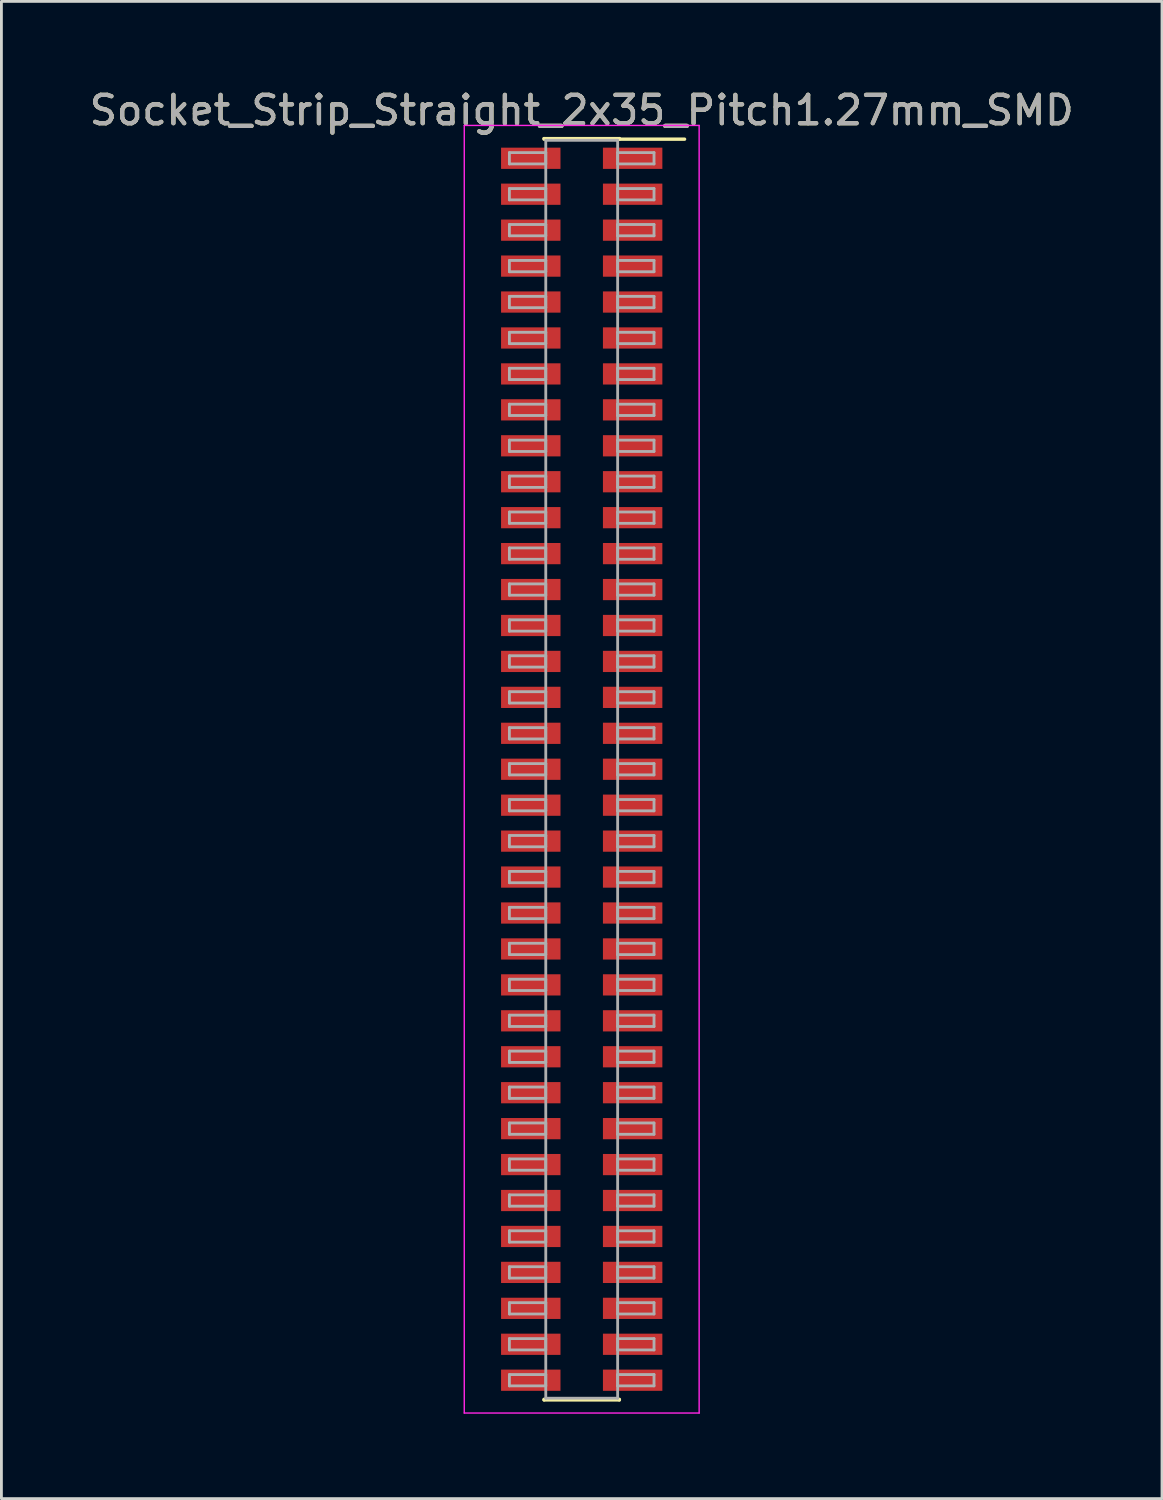
<source format=kicad_pcb>
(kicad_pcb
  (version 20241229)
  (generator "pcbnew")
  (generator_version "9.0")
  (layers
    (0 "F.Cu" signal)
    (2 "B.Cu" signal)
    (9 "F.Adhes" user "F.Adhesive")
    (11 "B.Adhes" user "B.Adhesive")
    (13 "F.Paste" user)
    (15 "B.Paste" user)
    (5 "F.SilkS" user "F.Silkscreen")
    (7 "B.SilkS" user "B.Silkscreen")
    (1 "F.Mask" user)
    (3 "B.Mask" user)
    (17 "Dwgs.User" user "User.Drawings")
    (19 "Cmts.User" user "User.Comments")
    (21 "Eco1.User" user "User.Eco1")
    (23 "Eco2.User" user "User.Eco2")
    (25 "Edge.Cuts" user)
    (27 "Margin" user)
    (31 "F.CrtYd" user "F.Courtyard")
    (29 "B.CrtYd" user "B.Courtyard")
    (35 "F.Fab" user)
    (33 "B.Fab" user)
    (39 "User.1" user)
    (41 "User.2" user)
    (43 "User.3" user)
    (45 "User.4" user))
  (footprint "Socket_Strip_Straight_2x35_Pitch1.27mm_SMD"
    (layer "F.Cu")
    (at 17.506 24.133)
    (property "Reference" "Socket_Strip_Straight_2x35_Pitch1.27mm_SMD" (at 0 -23.285 0) (layer "F.SilkS") (effects (font (size 1 1) (thickness 0.15))))
    (attr smd)
    (fp_line (start -1.33 -22.285) (end 1.33 -22.285) (stroke (width 0.12) (type solid)) (layer "F.SilkS"))
    (fp_line (start -1.33 -22.265) (end -1.33 -22.285) (stroke (width 0.12) (type solid)) (layer "F.SilkS"))
    (fp_line (start -1.33 22.265) (end -1.33 22.285) (stroke (width 0.12) (type solid)) (layer "F.SilkS"))
    (fp_line (start -1.33 22.285) (end 1.33 22.285) (stroke (width 0.12) (type solid)) (layer "F.SilkS"))
    (fp_line (start 1.33 -22.285) (end 1.33 -22.265) (stroke (width 0.12) (type solid)) (layer "F.SilkS"))
    (fp_line (start 1.33 22.285) (end 1.33 22.265) (stroke (width 0.12) (type solid)) (layer "F.SilkS"))
    (fp_line (start 3.635 -22.265) (end 1.33 -22.265) (stroke (width 0.12) (type solid)) (layer "F.SilkS"))
    (fp_line (start -4.15 -22.75) (end -4.15 22.75) (stroke (width 0.05) (type solid)) (layer "F.CrtYd"))
    (fp_line (start -4.15 22.75) (end 4.15 22.75) (stroke (width 0.05) (type solid)) (layer "F.CrtYd"))
    (fp_line (start 4.15 -22.75) (end -4.15 -22.75) (stroke (width 0.05) (type solid)) (layer "F.CrtYd"))
    (fp_line (start 4.15 22.75) (end 4.15 -22.75) (stroke (width 0.05) (type solid)) (layer "F.CrtYd"))
    (fp_line (start -2.555 -21.79) (end -1.27 -21.79) (stroke (width 0.1) (type solid)) (layer "F.Fab"))
    (fp_line (start -2.555 -21.39) (end -2.555 -21.79) (stroke (width 0.1) (type solid)) (layer "F.Fab"))
    (fp_line (start -2.555 -20.52) (end -1.27 -20.52) (stroke (width 0.1) (type solid)) (layer "F.Fab"))
    (fp_line (start -2.555 -20.12) (end -2.555 -20.52) (stroke (width 0.1) (type solid)) (layer "F.Fab"))
    (fp_line (start -2.555 -19.25) (end -1.27 -19.25) (stroke (width 0.1) (type solid)) (layer "F.Fab"))
    (fp_line (start -2.555 -18.85) (end -2.555 -19.25) (stroke (width 0.1) (type solid)) (layer "F.Fab"))
    (fp_line (start -2.555 -17.98) (end -1.27 -17.98) (stroke (width 0.1) (type solid)) (layer "F.Fab"))
    (fp_line (start -2.555 -17.58) (end -2.555 -17.98) (stroke (width 0.1) (type solid)) (layer "F.Fab"))
    (fp_line (start -2.555 -16.71) (end -1.27 -16.71) (stroke (width 0.1) (type solid)) (layer "F.Fab"))
    (fp_line (start -2.555 -16.31) (end -2.555 -16.71) (stroke (width 0.1) (type solid)) (layer "F.Fab"))
    (fp_line (start -2.555 -15.44) (end -1.27 -15.44) (stroke (width 0.1) (type solid)) (layer "F.Fab"))
    (fp_line (start -2.555 -15.04) (end -2.555 -15.44) (stroke (width 0.1) (type solid)) (layer "F.Fab"))
    (fp_line (start -2.555 -14.17) (end -1.27 -14.17) (stroke (width 0.1) (type solid)) (layer "F.Fab"))
    (fp_line (start -2.555 -13.77) (end -2.555 -14.17) (stroke (width 0.1) (type solid)) (layer "F.Fab"))
    (fp_line (start -2.555 -12.9) (end -1.27 -12.9) (stroke (width 0.1) (type solid)) (layer "F.Fab"))
    (fp_line (start -2.555 -12.5) (end -2.555 -12.9) (stroke (width 0.1) (type solid)) (layer "F.Fab"))
    (fp_line (start -2.555 -11.63) (end -1.27 -11.63) (stroke (width 0.1) (type solid)) (layer "F.Fab"))
    (fp_line (start -2.555 -11.23) (end -2.555 -11.63) (stroke (width 0.1) (type solid)) (layer "F.Fab"))
    (fp_line (start -2.555 -10.36) (end -1.27 -10.36) (stroke (width 0.1) (type solid)) (layer "F.Fab"))
    (fp_line (start -2.555 -9.96) (end -2.555 -10.36) (stroke (width 0.1) (type solid)) (layer "F.Fab"))
    (fp_line (start -2.555 -9.09) (end -1.27 -9.09) (stroke (width 0.1) (type solid)) (layer "F.Fab"))
    (fp_line (start -2.555 -8.69) (end -2.555 -9.09) (stroke (width 0.1) (type solid)) (layer "F.Fab"))
    (fp_line (start -2.555 -7.82) (end -1.27 -7.82) (stroke (width 0.1) (type solid)) (layer "F.Fab"))
    (fp_line (start -2.555 -7.42) (end -2.555 -7.82) (stroke (width 0.1) (type solid)) (layer "F.Fab"))
    (fp_line (start -2.555 -6.55) (end -1.27 -6.55) (stroke (width 0.1) (type solid)) (layer "F.Fab"))
    (fp_line (start -2.555 -6.15) (end -2.555 -6.55) (stroke (width 0.1) (type solid)) (layer "F.Fab"))
    (fp_line (start -2.555 -5.28) (end -1.27 -5.28) (stroke (width 0.1) (type solid)) (layer "F.Fab"))
    (fp_line (start -2.555 -4.88) (end -2.555 -5.28) (stroke (width 0.1) (type solid)) (layer "F.Fab"))
    (fp_line (start -2.555 -4.01) (end -1.27 -4.01) (stroke (width 0.1) (type solid)) (layer "F.Fab"))
    (fp_line (start -2.555 -3.61) (end -2.555 -4.01) (stroke (width 0.1) (type solid)) (layer "F.Fab"))
    (fp_line (start -2.555 -2.74) (end -1.27 -2.74) (stroke (width 0.1) (type solid)) (layer "F.Fab"))
    (fp_line (start -2.555 -2.34) (end -2.555 -2.74) (stroke (width 0.1) (type solid)) (layer "F.Fab"))
    (fp_line (start -2.555 -1.47) (end -1.27 -1.47) (stroke (width 0.1) (type solid)) (layer "F.Fab"))
    (fp_line (start -2.555 -1.07) (end -2.555 -1.47) (stroke (width 0.1) (type solid)) (layer "F.Fab"))
    (fp_line (start -2.555 -0.2) (end -1.27 -0.2) (stroke (width 0.1) (type solid)) (layer "F.Fab"))
    (fp_line (start -2.555 0.2) (end -2.555 -0.2) (stroke (width 0.1) (type solid)) (layer "F.Fab"))
    (fp_line (start -2.555 1.07) (end -1.27 1.07) (stroke (width 0.1) (type solid)) (layer "F.Fab"))
    (fp_line (start -2.555 1.47) (end -2.555 1.07) (stroke (width 0.1) (type solid)) (layer "F.Fab"))
    (fp_line (start -2.555 2.34) (end -1.27 2.34) (stroke (width 0.1) (type solid)) (layer "F.Fab"))
    (fp_line (start -2.555 2.74) (end -2.555 2.34) (stroke (width 0.1) (type solid)) (layer "F.Fab"))
    (fp_line (start -2.555 3.61) (end -1.27 3.61) (stroke (width 0.1) (type solid)) (layer "F.Fab"))
    (fp_line (start -2.555 4.01) (end -2.555 3.61) (stroke (width 0.1) (type solid)) (layer "F.Fab"))
    (fp_line (start -2.555 4.88) (end -1.27 4.88) (stroke (width 0.1) (type solid)) (layer "F.Fab"))
    (fp_line (start -2.555 5.28) (end -2.555 4.88) (stroke (width 0.1) (type solid)) (layer "F.Fab"))
    (fp_line (start -2.555 6.15) (end -1.27 6.15) (stroke (width 0.1) (type solid)) (layer "F.Fab"))
    (fp_line (start -2.555 6.55) (end -2.555 6.15) (stroke (width 0.1) (type solid)) (layer "F.Fab"))
    (fp_line (start -2.555 7.42) (end -1.27 7.42) (stroke (width 0.1) (type solid)) (layer "F.Fab"))
    (fp_line (start -2.555 7.82) (end -2.555 7.42) (stroke (width 0.1) (type solid)) (layer "F.Fab"))
    (fp_line (start -2.555 8.69) (end -1.27 8.69) (stroke (width 0.1) (type solid)) (layer "F.Fab"))
    (fp_line (start -2.555 9.09) (end -2.555 8.69) (stroke (width 0.1) (type solid)) (layer "F.Fab"))
    (fp_line (start -2.555 9.96) (end -1.27 9.96) (stroke (width 0.1) (type solid)) (layer "F.Fab"))
    (fp_line (start -2.555 10.36) (end -2.555 9.96) (stroke (width 0.1) (type solid)) (layer "F.Fab"))
    (fp_line (start -2.555 11.23) (end -1.27 11.23) (stroke (width 0.1) (type solid)) (layer "F.Fab"))
    (fp_line (start -2.555 11.63) (end -2.555 11.23) (stroke (width 0.1) (type solid)) (layer "F.Fab"))
    (fp_line (start -2.555 12.5) (end -1.27 12.5) (stroke (width 0.1) (type solid)) (layer "F.Fab"))
    (fp_line (start -2.555 12.9) (end -2.555 12.5) (stroke (width 0.1) (type solid)) (layer "F.Fab"))
    (fp_line (start -2.555 13.77) (end -1.27 13.77) (stroke (width 0.1) (type solid)) (layer "F.Fab"))
    (fp_line (start -2.555 14.17) (end -2.555 13.77) (stroke (width 0.1) (type solid)) (layer "F.Fab"))
    (fp_line (start -2.555 15.04) (end -1.27 15.04) (stroke (width 0.1) (type solid)) (layer "F.Fab"))
    (fp_line (start -2.555 15.44) (end -2.555 15.04) (stroke (width 0.1) (type solid)) (layer "F.Fab"))
    (fp_line (start -2.555 16.31) (end -1.27 16.31) (stroke (width 0.1) (type solid)) (layer "F.Fab"))
    (fp_line (start -2.555 16.71) (end -2.555 16.31) (stroke (width 0.1) (type solid)) (layer "F.Fab"))
    (fp_line (start -2.555 17.58) (end -1.27 17.58) (stroke (width 0.1) (type solid)) (layer "F.Fab"))
    (fp_line (start -2.555 17.98) (end -2.555 17.58) (stroke (width 0.1) (type solid)) (layer "F.Fab"))
    (fp_line (start -2.555 18.85) (end -1.27 18.85) (stroke (width 0.1) (type solid)) (layer "F.Fab"))
    (fp_line (start -2.555 19.25) (end -2.555 18.85) (stroke (width 0.1) (type solid)) (layer "F.Fab"))
    (fp_line (start -2.555 20.12) (end -1.27 20.12) (stroke (width 0.1) (type solid)) (layer "F.Fab"))
    (fp_line (start -2.555 20.52) (end -2.555 20.12) (stroke (width 0.1) (type solid)) (layer "F.Fab"))
    (fp_line (start -2.555 21.39) (end -1.27 21.39) (stroke (width 0.1) (type solid)) (layer "F.Fab"))
    (fp_line (start -2.555 21.79) (end -2.555 21.39) (stroke (width 0.1) (type solid)) (layer "F.Fab"))
    (fp_line (start -1.27 -22.225) (end -1.27 22.225) (stroke (width 0.1) (type solid)) (layer "F.Fab"))
    (fp_line (start -1.27 -21.79) (end -1.27 -21.39) (stroke (width 0.1) (type solid)) (layer "F.Fab"))
    (fp_line (start -1.27 -21.39) (end -2.555 -21.39) (stroke (width 0.1) (type solid)) (layer "F.Fab"))
    (fp_line (start -1.27 -20.52) (end -1.27 -20.12) (stroke (width 0.1) (type solid)) (layer "F.Fab"))
    (fp_line (start -1.27 -20.12) (end -2.555 -20.12) (stroke (width 0.1) (type solid)) (layer "F.Fab"))
    (fp_line (start -1.27 -19.25) (end -1.27 -18.85) (stroke (width 0.1) (type solid)) (layer "F.Fab"))
    (fp_line (start -1.27 -18.85) (end -2.555 -18.85) (stroke (width 0.1) (type solid)) (layer "F.Fab"))
    (fp_line (start -1.27 -17.98) (end -1.27 -17.58) (stroke (width 0.1) (type solid)) (layer "F.Fab"))
    (fp_line (start -1.27 -17.58) (end -2.555 -17.58) (stroke (width 0.1) (type solid)) (layer "F.Fab"))
    (fp_line (start -1.27 -16.71) (end -1.27 -16.31) (stroke (width 0.1) (type solid)) (layer "F.Fab"))
    (fp_line (start -1.27 -16.31) (end -2.555 -16.31) (stroke (width 0.1) (type solid)) (layer "F.Fab"))
    (fp_line (start -1.27 -15.44) (end -1.27 -15.04) (stroke (width 0.1) (type solid)) (layer "F.Fab"))
    (fp_line (start -1.27 -15.04) (end -2.555 -15.04) (stroke (width 0.1) (type solid)) (layer "F.Fab"))
    (fp_line (start -1.27 -14.17) (end -1.27 -13.77) (stroke (width 0.1) (type solid)) (layer "F.Fab"))
    (fp_line (start -1.27 -13.77) (end -2.555 -13.77) (stroke (width 0.1) (type solid)) (layer "F.Fab"))
    (fp_line (start -1.27 -12.9) (end -1.27 -12.5) (stroke (width 0.1) (type solid)) (layer "F.Fab"))
    (fp_line (start -1.27 -12.5) (end -2.555 -12.5) (stroke (width 0.1) (type solid)) (layer "F.Fab"))
    (fp_line (start -1.27 -11.63) (end -1.27 -11.23) (stroke (width 0.1) (type solid)) (layer "F.Fab"))
    (fp_line (start -1.27 -11.23) (end -2.555 -11.23) (stroke (width 0.1) (type solid)) (layer "F.Fab"))
    (fp_line (start -1.27 -10.36) (end -1.27 -9.96) (stroke (width 0.1) (type solid)) (layer "F.Fab"))
    (fp_line (start -1.27 -9.96) (end -2.555 -9.96) (stroke (width 0.1) (type solid)) (layer "F.Fab"))
    (fp_line (start -1.27 -9.09) (end -1.27 -8.69) (stroke (width 0.1) (type solid)) (layer "F.Fab"))
    (fp_line (start -1.27 -8.69) (end -2.555 -8.69) (stroke (width 0.1) (type solid)) (layer "F.Fab"))
    (fp_line (start -1.27 -7.82) (end -1.27 -7.42) (stroke (width 0.1) (type solid)) (layer "F.Fab"))
    (fp_line (start -1.27 -7.42) (end -2.555 -7.42) (stroke (width 0.1) (type solid)) (layer "F.Fab"))
    (fp_line (start -1.27 -6.55) (end -1.27 -6.15) (stroke (width 0.1) (type solid)) (layer "F.Fab"))
    (fp_line (start -1.27 -6.15) (end -2.555 -6.15) (stroke (width 0.1) (type solid)) (layer "F.Fab"))
    (fp_line (start -1.27 -5.28) (end -1.27 -4.88) (stroke (width 0.1) (type solid)) (layer "F.Fab"))
    (fp_line (start -1.27 -4.88) (end -2.555 -4.88) (stroke (width 0.1) (type solid)) (layer "F.Fab"))
    (fp_line (start -1.27 -4.01) (end -1.27 -3.61) (stroke (width 0.1) (type solid)) (layer "F.Fab"))
    (fp_line (start -1.27 -3.61) (end -2.555 -3.61) (stroke (width 0.1) (type solid)) (layer "F.Fab"))
    (fp_line (start -1.27 -2.74) (end -1.27 -2.34) (stroke (width 0.1) (type solid)) (layer "F.Fab"))
    (fp_line (start -1.27 -2.34) (end -2.555 -2.34) (stroke (width 0.1) (type solid)) (layer "F.Fab"))
    (fp_line (start -1.27 -1.47) (end -1.27 -1.07) (stroke (width 0.1) (type solid)) (layer "F.Fab"))
    (fp_line (start -1.27 -1.07) (end -2.555 -1.07) (stroke (width 0.1) (type solid)) (layer "F.Fab"))
    (fp_line (start -1.27 -0.2) (end -1.27 0.2) (stroke (width 0.1) (type solid)) (layer "F.Fab"))
    (fp_line (start -1.27 0.2) (end -2.555 0.2) (stroke (width 0.1) (type solid)) (layer "F.Fab"))
    (fp_line (start -1.27 1.07) (end -1.27 1.47) (stroke (width 0.1) (type solid)) (layer "F.Fab"))
    (fp_line (start -1.27 1.47) (end -2.555 1.47) (stroke (width 0.1) (type solid)) (layer "F.Fab"))
    (fp_line (start -1.27 2.34) (end -1.27 2.74) (stroke (width 0.1) (type solid)) (layer "F.Fab"))
    (fp_line (start -1.27 2.74) (end -2.555 2.74) (stroke (width 0.1) (type solid)) (layer "F.Fab"))
    (fp_line (start -1.27 3.61) (end -1.27 4.01) (stroke (width 0.1) (type solid)) (layer "F.Fab"))
    (fp_line (start -1.27 4.01) (end -2.555 4.01) (stroke (width 0.1) (type solid)) (layer "F.Fab"))
    (fp_line (start -1.27 4.88) (end -1.27 5.28) (stroke (width 0.1) (type solid)) (layer "F.Fab"))
    (fp_line (start -1.27 5.28) (end -2.555 5.28) (stroke (width 0.1) (type solid)) (layer "F.Fab"))
    (fp_line (start -1.27 6.15) (end -1.27 6.55) (stroke (width 0.1) (type solid)) (layer "F.Fab"))
    (fp_line (start -1.27 6.55) (end -2.555 6.55) (stroke (width 0.1) (type solid)) (layer "F.Fab"))
    (fp_line (start -1.27 7.42) (end -1.27 7.82) (stroke (width 0.1) (type solid)) (layer "F.Fab"))
    (fp_line (start -1.27 7.82) (end -2.555 7.82) (stroke (width 0.1) (type solid)) (layer "F.Fab"))
    (fp_line (start -1.27 8.69) (end -1.27 9.09) (stroke (width 0.1) (type solid)) (layer "F.Fab"))
    (fp_line (start -1.27 9.09) (end -2.555 9.09) (stroke (width 0.1) (type solid)) (layer "F.Fab"))
    (fp_line (start -1.27 9.96) (end -1.27 10.36) (stroke (width 0.1) (type solid)) (layer "F.Fab"))
    (fp_line (start -1.27 10.36) (end -2.555 10.36) (stroke (width 0.1) (type solid)) (layer "F.Fab"))
    (fp_line (start -1.27 11.23) (end -1.27 11.63) (stroke (width 0.1) (type solid)) (layer "F.Fab"))
    (fp_line (start -1.27 11.63) (end -2.555 11.63) (stroke (width 0.1) (type solid)) (layer "F.Fab"))
    (fp_line (start -1.27 12.5) (end -1.27 12.9) (stroke (width 0.1) (type solid)) (layer "F.Fab"))
    (fp_line (start -1.27 12.9) (end -2.555 12.9) (stroke (width 0.1) (type solid)) (layer "F.Fab"))
    (fp_line (start -1.27 13.77) (end -1.27 14.17) (stroke (width 0.1) (type solid)) (layer "F.Fab"))
    (fp_line (start -1.27 14.17) (end -2.555 14.17) (stroke (width 0.1) (type solid)) (layer "F.Fab"))
    (fp_line (start -1.27 15.04) (end -1.27 15.44) (stroke (width 0.1) (type solid)) (layer "F.Fab"))
    (fp_line (start -1.27 15.44) (end -2.555 15.44) (stroke (width 0.1) (type solid)) (layer "F.Fab"))
    (fp_line (start -1.27 16.31) (end -1.27 16.71) (stroke (width 0.1) (type solid)) (layer "F.Fab"))
    (fp_line (start -1.27 16.71) (end -2.555 16.71) (stroke (width 0.1) (type solid)) (layer "F.Fab"))
    (fp_line (start -1.27 17.58) (end -1.27 17.98) (stroke (width 0.1) (type solid)) (layer "F.Fab"))
    (fp_line (start -1.27 17.98) (end -2.555 17.98) (stroke (width 0.1) (type solid)) (layer "F.Fab"))
    (fp_line (start -1.27 18.85) (end -1.27 19.25) (stroke (width 0.1) (type solid)) (layer "F.Fab"))
    (fp_line (start -1.27 19.25) (end -2.555 19.25) (stroke (width 0.1) (type solid)) (layer "F.Fab"))
    (fp_line (start -1.27 20.12) (end -1.27 20.52) (stroke (width 0.1) (type solid)) (layer "F.Fab"))
    (fp_line (start -1.27 20.52) (end -2.555 20.52) (stroke (width 0.1) (type solid)) (layer "F.Fab"))
    (fp_line (start -1.27 21.39) (end -1.27 21.79) (stroke (width 0.1) (type solid)) (layer "F.Fab"))
    (fp_line (start -1.27 21.79) (end -2.555 21.79) (stroke (width 0.1) (type solid)) (layer "F.Fab"))
    (fp_line (start -1.27 22.225) (end 1.27 22.225) (stroke (width 0.1) (type solid)) (layer "F.Fab"))
    (fp_line (start 1.27 -22.225) (end -1.27 -22.225) (stroke (width 0.1) (type solid)) (layer "F.Fab"))
    (fp_line (start 1.27 -21.79) (end 1.27 -21.39) (stroke (width 0.1) (type solid)) (layer "F.Fab"))
    (fp_line (start 1.27 -21.39) (end 2.555 -21.39) (stroke (width 0.1) (type solid)) (layer "F.Fab"))
    (fp_line (start 1.27 -20.52) (end 1.27 -20.12) (stroke (width 0.1) (type solid)) (layer "F.Fab"))
    (fp_line (start 1.27 -20.12) (end 2.555 -20.12) (stroke (width 0.1) (type solid)) (layer "F.Fab"))
    (fp_line (start 1.27 -19.25) (end 1.27 -18.85) (stroke (width 0.1) (type solid)) (layer "F.Fab"))
    (fp_line (start 1.27 -18.85) (end 2.555 -18.85) (stroke (width 0.1) (type solid)) (layer "F.Fab"))
    (fp_line (start 1.27 -17.98) (end 1.27 -17.58) (stroke (width 0.1) (type solid)) (layer "F.Fab"))
    (fp_line (start 1.27 -17.58) (end 2.555 -17.58) (stroke (width 0.1) (type solid)) (layer "F.Fab"))
    (fp_line (start 1.27 -16.71) (end 1.27 -16.31) (stroke (width 0.1) (type solid)) (layer "F.Fab"))
    (fp_line (start 1.27 -16.31) (end 2.555 -16.31) (stroke (width 0.1) (type solid)) (layer "F.Fab"))
    (fp_line (start 1.27 -15.44) (end 1.27 -15.04) (stroke (width 0.1) (type solid)) (layer "F.Fab"))
    (fp_line (start 1.27 -15.04) (end 2.555 -15.04) (stroke (width 0.1) (type solid)) (layer "F.Fab"))
    (fp_line (start 1.27 -14.17) (end 1.27 -13.77) (stroke (width 0.1) (type solid)) (layer "F.Fab"))
    (fp_line (start 1.27 -13.77) (end 2.555 -13.77) (stroke (width 0.1) (type solid)) (layer "F.Fab"))
    (fp_line (start 1.27 -12.9) (end 1.27 -12.5) (stroke (width 0.1) (type solid)) (layer "F.Fab"))
    (fp_line (start 1.27 -12.5) (end 2.555 -12.5) (stroke (width 0.1) (type solid)) (layer "F.Fab"))
    (fp_line (start 1.27 -11.63) (end 1.27 -11.23) (stroke (width 0.1) (type solid)) (layer "F.Fab"))
    (fp_line (start 1.27 -11.23) (end 2.555 -11.23) (stroke (width 0.1) (type solid)) (layer "F.Fab"))
    (fp_line (start 1.27 -10.36) (end 1.27 -9.96) (stroke (width 0.1) (type solid)) (layer "F.Fab"))
    (fp_line (start 1.27 -9.96) (end 2.555 -9.96) (stroke (width 0.1) (type solid)) (layer "F.Fab"))
    (fp_line (start 1.27 -9.09) (end 1.27 -8.69) (stroke (width 0.1) (type solid)) (layer "F.Fab"))
    (fp_line (start 1.27 -8.69) (end 2.555 -8.69) (stroke (width 0.1) (type solid)) (layer "F.Fab"))
    (fp_line (start 1.27 -7.82) (end 1.27 -7.42) (stroke (width 0.1) (type solid)) (layer "F.Fab"))
    (fp_line (start 1.27 -7.42) (end 2.555 -7.42) (stroke (width 0.1) (type solid)) (layer "F.Fab"))
    (fp_line (start 1.27 -6.55) (end 1.27 -6.15) (stroke (width 0.1) (type solid)) (layer "F.Fab"))
    (fp_line (start 1.27 -6.15) (end 2.555 -6.15) (stroke (width 0.1) (type solid)) (layer "F.Fab"))
    (fp_line (start 1.27 -5.28) (end 1.27 -4.88) (stroke (width 0.1) (type solid)) (layer "F.Fab"))
    (fp_line (start 1.27 -4.88) (end 2.555 -4.88) (stroke (width 0.1) (type solid)) (layer "F.Fab"))
    (fp_line (start 1.27 -4.01) (end 1.27 -3.61) (stroke (width 0.1) (type solid)) (layer "F.Fab"))
    (fp_line (start 1.27 -3.61) (end 2.555 -3.61) (stroke (width 0.1) (type solid)) (layer "F.Fab"))
    (fp_line (start 1.27 -2.74) (end 1.27 -2.34) (stroke (width 0.1) (type solid)) (layer "F.Fab"))
    (fp_line (start 1.27 -2.34) (end 2.555 -2.34) (stroke (width 0.1) (type solid)) (layer "F.Fab"))
    (fp_line (start 1.27 -1.47) (end 1.27 -1.07) (stroke (width 0.1) (type solid)) (layer "F.Fab"))
    (fp_line (start 1.27 -1.07) (end 2.555 -1.07) (stroke (width 0.1) (type solid)) (layer "F.Fab"))
    (fp_line (start 1.27 -0.2) (end 1.27 0.2) (stroke (width 0.1) (type solid)) (layer "F.Fab"))
    (fp_line (start 1.27 0.2) (end 2.555 0.2) (stroke (width 0.1) (type solid)) (layer "F.Fab"))
    (fp_line (start 1.27 1.07) (end 1.27 1.47) (stroke (width 0.1) (type solid)) (layer "F.Fab"))
    (fp_line (start 1.27 1.47) (end 2.555 1.47) (stroke (width 0.1) (type solid)) (layer "F.Fab"))
    (fp_line (start 1.27 2.34) (end 1.27 2.74) (stroke (width 0.1) (type solid)) (layer "F.Fab"))
    (fp_line (start 1.27 2.74) (end 2.555 2.74) (stroke (width 0.1) (type solid)) (layer "F.Fab"))
    (fp_line (start 1.27 3.61) (end 1.27 4.01) (stroke (width 0.1) (type solid)) (layer "F.Fab"))
    (fp_line (start 1.27 4.01) (end 2.555 4.01) (stroke (width 0.1) (type solid)) (layer "F.Fab"))
    (fp_line (start 1.27 4.88) (end 1.27 5.28) (stroke (width 0.1) (type solid)) (layer "F.Fab"))
    (fp_line (start 1.27 5.28) (end 2.555 5.28) (stroke (width 0.1) (type solid)) (layer "F.Fab"))
    (fp_line (start 1.27 6.15) (end 1.27 6.55) (stroke (width 0.1) (type solid)) (layer "F.Fab"))
    (fp_line (start 1.27 6.55) (end 2.555 6.55) (stroke (width 0.1) (type solid)) (layer "F.Fab"))
    (fp_line (start 1.27 7.42) (end 1.27 7.82) (stroke (width 0.1) (type solid)) (layer "F.Fab"))
    (fp_line (start 1.27 7.82) (end 2.555 7.82) (stroke (width 0.1) (type solid)) (layer "F.Fab"))
    (fp_line (start 1.27 8.69) (end 1.27 9.09) (stroke (width 0.1) (type solid)) (layer "F.Fab"))
    (fp_line (start 1.27 9.09) (end 2.555 9.09) (stroke (width 0.1) (type solid)) (layer "F.Fab"))
    (fp_line (start 1.27 9.96) (end 1.27 10.36) (stroke (width 0.1) (type solid)) (layer "F.Fab"))
    (fp_line (start 1.27 10.36) (end 2.555 10.36) (stroke (width 0.1) (type solid)) (layer "F.Fab"))
    (fp_line (start 1.27 11.23) (end 1.27 11.63) (stroke (width 0.1) (type solid)) (layer "F.Fab"))
    (fp_line (start 1.27 11.63) (end 2.555 11.63) (stroke (width 0.1) (type solid)) (layer "F.Fab"))
    (fp_line (start 1.27 12.5) (end 1.27 12.9) (stroke (width 0.1) (type solid)) (layer "F.Fab"))
    (fp_line (start 1.27 12.9) (end 2.555 12.9) (stroke (width 0.1) (type solid)) (layer "F.Fab"))
    (fp_line (start 1.27 13.77) (end 1.27 14.17) (stroke (width 0.1) (type solid)) (layer "F.Fab"))
    (fp_line (start 1.27 14.17) (end 2.555 14.17) (stroke (width 0.1) (type solid)) (layer "F.Fab"))
    (fp_line (start 1.27 15.04) (end 1.27 15.44) (stroke (width 0.1) (type solid)) (layer "F.Fab"))
    (fp_line (start 1.27 15.44) (end 2.555 15.44) (stroke (width 0.1) (type solid)) (layer "F.Fab"))
    (fp_line (start 1.27 16.31) (end 1.27 16.71) (stroke (width 0.1) (type solid)) (layer "F.Fab"))
    (fp_line (start 1.27 16.71) (end 2.555 16.71) (stroke (width 0.1) (type solid)) (layer "F.Fab"))
    (fp_line (start 1.27 17.58) (end 1.27 17.98) (stroke (width 0.1) (type solid)) (layer "F.Fab"))
    (fp_line (start 1.27 17.98) (end 2.555 17.98) (stroke (width 0.1) (type solid)) (layer "F.Fab"))
    (fp_line (start 1.27 18.85) (end 1.27 19.25) (stroke (width 0.1) (type solid)) (layer "F.Fab"))
    (fp_line (start 1.27 19.25) (end 2.555 19.25) (stroke (width 0.1) (type solid)) (layer "F.Fab"))
    (fp_line (start 1.27 20.12) (end 1.27 20.52) (stroke (width 0.1) (type solid)) (layer "F.Fab"))
    (fp_line (start 1.27 20.52) (end 2.555 20.52) (stroke (width 0.1) (type solid)) (layer "F.Fab"))
    (fp_line (start 1.27 21.39) (end 1.27 21.79) (stroke (width 0.1) (type solid)) (layer "F.Fab"))
    (fp_line (start 1.27 21.79) (end 2.555 21.79) (stroke (width 0.1) (type solid)) (layer "F.Fab"))
    (fp_line (start 1.27 22.225) (end 1.27 -22.225) (stroke (width 0.1) (type solid)) (layer "F.Fab"))
    (fp_line (start 2.555 -21.79) (end 1.27 -21.79) (stroke (width 0.1) (type solid)) (layer "F.Fab"))
    (fp_line (start 2.555 -21.39) (end 2.555 -21.79) (stroke (width 0.1) (type solid)) (layer "F.Fab"))
    (fp_line (start 2.555 -20.52) (end 1.27 -20.52) (stroke (width 0.1) (type solid)) (layer "F.Fab"))
    (fp_line (start 2.555 -20.12) (end 2.555 -20.52) (stroke (width 0.1) (type solid)) (layer "F.Fab"))
    (fp_line (start 2.555 -19.25) (end 1.27 -19.25) (stroke (width 0.1) (type solid)) (layer "F.Fab"))
    (fp_line (start 2.555 -18.85) (end 2.555 -19.25) (stroke (width 0.1) (type solid)) (layer "F.Fab"))
    (fp_line (start 2.555 -17.98) (end 1.27 -17.98) (stroke (width 0.1) (type solid)) (layer "F.Fab"))
    (fp_line (start 2.555 -17.58) (end 2.555 -17.98) (stroke (width 0.1) (type solid)) (layer "F.Fab"))
    (fp_line (start 2.555 -16.71) (end 1.27 -16.71) (stroke (width 0.1) (type solid)) (layer "F.Fab"))
    (fp_line (start 2.555 -16.31) (end 2.555 -16.71) (stroke (width 0.1) (type solid)) (layer "F.Fab"))
    (fp_line (start 2.555 -15.44) (end 1.27 -15.44) (stroke (width 0.1) (type solid)) (layer "F.Fab"))
    (fp_line (start 2.555 -15.04) (end 2.555 -15.44) (stroke (width 0.1) (type solid)) (layer "F.Fab"))
    (fp_line (start 2.555 -14.17) (end 1.27 -14.17) (stroke (width 0.1) (type solid)) (layer "F.Fab"))
    (fp_line (start 2.555 -13.77) (end 2.555 -14.17) (stroke (width 0.1) (type solid)) (layer "F.Fab"))
    (fp_line (start 2.555 -12.9) (end 1.27 -12.9) (stroke (width 0.1) (type solid)) (layer "F.Fab"))
    (fp_line (start 2.555 -12.5) (end 2.555 -12.9) (stroke (width 0.1) (type solid)) (layer "F.Fab"))
    (fp_line (start 2.555 -11.63) (end 1.27 -11.63) (stroke (width 0.1) (type solid)) (layer "F.Fab"))
    (fp_line (start 2.555 -11.23) (end 2.555 -11.63) (stroke (width 0.1) (type solid)) (layer "F.Fab"))
    (fp_line (start 2.555 -10.36) (end 1.27 -10.36) (stroke (width 0.1) (type solid)) (layer "F.Fab"))
    (fp_line (start 2.555 -9.96) (end 2.555 -10.36) (stroke (width 0.1) (type solid)) (layer "F.Fab"))
    (fp_line (start 2.555 -9.09) (end 1.27 -9.09) (stroke (width 0.1) (type solid)) (layer "F.Fab"))
    (fp_line (start 2.555 -8.69) (end 2.555 -9.09) (stroke (width 0.1) (type solid)) (layer "F.Fab"))
    (fp_line (start 2.555 -7.82) (end 1.27 -7.82) (stroke (width 0.1) (type solid)) (layer "F.Fab"))
    (fp_line (start 2.555 -7.42) (end 2.555 -7.82) (stroke (width 0.1) (type solid)) (layer "F.Fab"))
    (fp_line (start 2.555 -6.55) (end 1.27 -6.55) (stroke (width 0.1) (type solid)) (layer "F.Fab"))
    (fp_line (start 2.555 -6.15) (end 2.555 -6.55) (stroke (width 0.1) (type solid)) (layer "F.Fab"))
    (fp_line (start 2.555 -5.28) (end 1.27 -5.28) (stroke (width 0.1) (type solid)) (layer "F.Fab"))
    (fp_line (start 2.555 -4.88) (end 2.555 -5.28) (stroke (width 0.1) (type solid)) (layer "F.Fab"))
    (fp_line (start 2.555 -4.01) (end 1.27 -4.01) (stroke (width 0.1) (type solid)) (layer "F.Fab"))
    (fp_line (start 2.555 -3.61) (end 2.555 -4.01) (stroke (width 0.1) (type solid)) (layer "F.Fab"))
    (fp_line (start 2.555 -2.74) (end 1.27 -2.74) (stroke (width 0.1) (type solid)) (layer "F.Fab"))
    (fp_line (start 2.555 -2.34) (end 2.555 -2.74) (stroke (width 0.1) (type solid)) (layer "F.Fab"))
    (fp_line (start 2.555 -1.47) (end 1.27 -1.47) (stroke (width 0.1) (type solid)) (layer "F.Fab"))
    (fp_line (start 2.555 -1.07) (end 2.555 -1.47) (stroke (width 0.1) (type solid)) (layer "F.Fab"))
    (fp_line (start 2.555 -0.2) (end 1.27 -0.2) (stroke (width 0.1) (type solid)) (layer "F.Fab"))
    (fp_line (start 2.555 0.2) (end 2.555 -0.2) (stroke (width 0.1) (type solid)) (layer "F.Fab"))
    (fp_line (start 2.555 1.07) (end 1.27 1.07) (stroke (width 0.1) (type solid)) (layer "F.Fab"))
    (fp_line (start 2.555 1.47) (end 2.555 1.07) (stroke (width 0.1) (type solid)) (layer "F.Fab"))
    (fp_line (start 2.555 2.34) (end 1.27 2.34) (stroke (width 0.1) (type solid)) (layer "F.Fab"))
    (fp_line (start 2.555 2.74) (end 2.555 2.34) (stroke (width 0.1) (type solid)) (layer "F.Fab"))
    (fp_line (start 2.555 3.61) (end 1.27 3.61) (stroke (width 0.1) (type solid)) (layer "F.Fab"))
    (fp_line (start 2.555 4.01) (end 2.555 3.61) (stroke (width 0.1) (type solid)) (layer "F.Fab"))
    (fp_line (start 2.555 4.88) (end 1.27 4.88) (stroke (width 0.1) (type solid)) (layer "F.Fab"))
    (fp_line (start 2.555 5.28) (end 2.555 4.88) (stroke (width 0.1) (type solid)) (layer "F.Fab"))
    (fp_line (start 2.555 6.15) (end 1.27 6.15) (stroke (width 0.1) (type solid)) (layer "F.Fab"))
    (fp_line (start 2.555 6.55) (end 2.555 6.15) (stroke (width 0.1) (type solid)) (layer "F.Fab"))
    (fp_line (start 2.555 7.42) (end 1.27 7.42) (stroke (width 0.1) (type solid)) (layer "F.Fab"))
    (fp_line (start 2.555 7.82) (end 2.555 7.42) (stroke (width 0.1) (type solid)) (layer "F.Fab"))
    (fp_line (start 2.555 8.69) (end 1.27 8.69) (stroke (width 0.1) (type solid)) (layer "F.Fab"))
    (fp_line (start 2.555 9.09) (end 2.555 8.69) (stroke (width 0.1) (type solid)) (layer "F.Fab"))
    (fp_line (start 2.555 9.96) (end 1.27 9.96) (stroke (width 0.1) (type solid)) (layer "F.Fab"))
    (fp_line (start 2.555 10.36) (end 2.555 9.96) (stroke (width 0.1) (type solid)) (layer "F.Fab"))
    (fp_line (start 2.555 11.23) (end 1.27 11.23) (stroke (width 0.1) (type solid)) (layer "F.Fab"))
    (fp_line (start 2.555 11.63) (end 2.555 11.23) (stroke (width 0.1) (type solid)) (layer "F.Fab"))
    (fp_line (start 2.555 12.5) (end 1.27 12.5) (stroke (width 0.1) (type solid)) (layer "F.Fab"))
    (fp_line (start 2.555 12.9) (end 2.555 12.5) (stroke (width 0.1) (type solid)) (layer "F.Fab"))
    (fp_line (start 2.555 13.77) (end 1.27 13.77) (stroke (width 0.1) (type solid)) (layer "F.Fab"))
    (fp_line (start 2.555 14.17) (end 2.555 13.77) (stroke (width 0.1) (type solid)) (layer "F.Fab"))
    (fp_line (start 2.555 15.04) (end 1.27 15.04) (stroke (width 0.1) (type solid)) (layer "F.Fab"))
    (fp_line (start 2.555 15.44) (end 2.555 15.04) (stroke (width 0.1) (type solid)) (layer "F.Fab"))
    (fp_line (start 2.555 16.31) (end 1.27 16.31) (stroke (width 0.1) (type solid)) (layer "F.Fab"))
    (fp_line (start 2.555 16.71) (end 2.555 16.31) (stroke (width 0.1) (type solid)) (layer "F.Fab"))
    (fp_line (start 2.555 17.58) (end 1.27 17.58) (stroke (width 0.1) (type solid)) (layer "F.Fab"))
    (fp_line (start 2.555 17.98) (end 2.555 17.58) (stroke (width 0.1) (type solid)) (layer "F.Fab"))
    (fp_line (start 2.555 18.85) (end 1.27 18.85) (stroke (width 0.1) (type solid)) (layer "F.Fab"))
    (fp_line (start 2.555 19.25) (end 2.555 18.85) (stroke (width 0.1) (type solid)) (layer "F.Fab"))
    (fp_line (start 2.555 20.12) (end 1.27 20.12) (stroke (width 0.1) (type solid)) (layer "F.Fab"))
    (fp_line (start 2.555 20.52) (end 2.555 20.12) (stroke (width 0.1) (type solid)) (layer "F.Fab"))
    (fp_line (start 2.555 21.39) (end 1.27 21.39) (stroke (width 0.1) (type solid)) (layer "F.Fab"))
    (fp_line (start 2.555 21.79) (end 2.555 21.39) (stroke (width 0.1) (type solid)) (layer "F.Fab"))
    (fp_text user "${REFERENCE}" (at 0 -23.285 0) (layer "F.Fab") (effects (font (size 1 1) (thickness 0.15))))
    (pad "1" smd rect (at 1.8 -21.59) (size 2.1 0.75) (layers "F.Cu" "F.Mask" "F.Paste"))
    (pad "2" smd rect (at -1.8 -21.59) (size 2.1 0.75) (layers "F.Cu" "F.Mask" "F.Paste"))
    (pad "3" smd rect (at 1.8 -20.32) (size 2.1 0.75) (layers "F.Cu" "F.Mask" "F.Paste"))
    (pad "4" smd rect (at -1.8 -20.32) (size 2.1 0.75) (layers "F.Cu" "F.Mask" "F.Paste"))
    (pad "5" smd rect (at 1.8 -19.05) (size 2.1 0.75) (layers "F.Cu" "F.Mask" "F.Paste"))
    (pad "6" smd rect (at -1.8 -19.05) (size 2.1 0.75) (layers "F.Cu" "F.Mask" "F.Paste"))
    (pad "7" smd rect (at 1.8 -17.78) (size 2.1 0.75) (layers "F.Cu" "F.Mask" "F.Paste"))
    (pad "8" smd rect (at -1.8 -17.78) (size 2.1 0.75) (layers "F.Cu" "F.Mask" "F.Paste"))
    (pad "9" smd rect (at 1.8 -16.51) (size 2.1 0.75) (layers "F.Cu" "F.Mask" "F.Paste"))
    (pad "10" smd rect (at -1.8 -16.51) (size 2.1 0.75) (layers "F.Cu" "F.Mask" "F.Paste"))
    (pad "11" smd rect (at 1.8 -15.24) (size 2.1 0.75) (layers "F.Cu" "F.Mask" "F.Paste"))
    (pad "12" smd rect (at -1.8 -15.24) (size 2.1 0.75) (layers "F.Cu" "F.Mask" "F.Paste"))
    (pad "13" smd rect (at 1.8 -13.97) (size 2.1 0.75) (layers "F.Cu" "F.Mask" "F.Paste"))
    (pad "14" smd rect (at -1.8 -13.97) (size 2.1 0.75) (layers "F.Cu" "F.Mask" "F.Paste"))
    (pad "15" smd rect (at 1.8 -12.7) (size 2.1 0.75) (layers "F.Cu" "F.Mask" "F.Paste"))
    (pad "16" smd rect (at -1.8 -12.7) (size 2.1 0.75) (layers "F.Cu" "F.Mask" "F.Paste"))
    (pad "17" smd rect (at 1.8 -11.43) (size 2.1 0.75) (layers "F.Cu" "F.Mask" "F.Paste"))
    (pad "18" smd rect (at -1.8 -11.43) (size 2.1 0.75) (layers "F.Cu" "F.Mask" "F.Paste"))
    (pad "19" smd rect (at 1.8 -10.16) (size 2.1 0.75) (layers "F.Cu" "F.Mask" "F.Paste"))
    (pad "20" smd rect (at -1.8 -10.16) (size 2.1 0.75) (layers "F.Cu" "F.Mask" "F.Paste"))
    (pad "21" smd rect (at 1.8 -8.89) (size 2.1 0.75) (layers "F.Cu" "F.Mask" "F.Paste"))
    (pad "22" smd rect (at -1.8 -8.89) (size 2.1 0.75) (layers "F.Cu" "F.Mask" "F.Paste"))
    (pad "23" smd rect (at 1.8 -7.62) (size 2.1 0.75) (layers "F.Cu" "F.Mask" "F.Paste"))
    (pad "24" smd rect (at -1.8 -7.62) (size 2.1 0.75) (layers "F.Cu" "F.Mask" "F.Paste"))
    (pad "25" smd rect (at 1.8 -6.35) (size 2.1 0.75) (layers "F.Cu" "F.Mask" "F.Paste"))
    (pad "26" smd rect (at -1.8 -6.35) (size 2.1 0.75) (layers "F.Cu" "F.Mask" "F.Paste"))
    (pad "27" smd rect (at 1.8 -5.08) (size 2.1 0.75) (layers "F.Cu" "F.Mask" "F.Paste"))
    (pad "28" smd rect (at -1.8 -5.08) (size 2.1 0.75) (layers "F.Cu" "F.Mask" "F.Paste"))
    (pad "29" smd rect (at 1.8 -3.81) (size 2.1 0.75) (layers "F.Cu" "F.Mask" "F.Paste"))
    (pad "30" smd rect (at -1.8 -3.81) (size 2.1 0.75) (layers "F.Cu" "F.Mask" "F.Paste"))
    (pad "31" smd rect (at 1.8 -2.54) (size 2.1 0.75) (layers "F.Cu" "F.Mask" "F.Paste"))
    (pad "32" smd rect (at -1.8 -2.54) (size 2.1 0.75) (layers "F.Cu" "F.Mask" "F.Paste"))
    (pad "33" smd rect (at 1.8 -1.27) (size 2.1 0.75) (layers "F.Cu" "F.Mask" "F.Paste"))
    (pad "34" smd rect (at -1.8 -1.27) (size 2.1 0.75) (layers "F.Cu" "F.Mask" "F.Paste"))
    (pad "35" smd rect (at 1.8 0) (size 2.1 0.75) (layers "F.Cu" "F.Mask" "F.Paste"))
    (pad "36" smd rect (at -1.8 0) (size 2.1 0.75) (layers "F.Cu" "F.Mask" "F.Paste"))
    (pad "37" smd rect (at 1.8 1.27) (size 2.1 0.75) (layers "F.Cu" "F.Mask" "F.Paste"))
    (pad "38" smd rect (at -1.8 1.27) (size 2.1 0.75) (layers "F.Cu" "F.Mask" "F.Paste"))
    (pad "39" smd rect (at 1.8 2.54) (size 2.1 0.75) (layers "F.Cu" "F.Mask" "F.Paste"))
    (pad "40" smd rect (at -1.8 2.54) (size 2.1 0.75) (layers "F.Cu" "F.Mask" "F.Paste"))
    (pad "41" smd rect (at 1.8 3.81) (size 2.1 0.75) (layers "F.Cu" "F.Mask" "F.Paste"))
    (pad "42" smd rect (at -1.8 3.81) (size 2.1 0.75) (layers "F.Cu" "F.Mask" "F.Paste"))
    (pad "43" smd rect (at 1.8 5.08) (size 2.1 0.75) (layers "F.Cu" "F.Mask" "F.Paste"))
    (pad "44" smd rect (at -1.8 5.08) (size 2.1 0.75) (layers "F.Cu" "F.Mask" "F.Paste"))
    (pad "45" smd rect (at 1.8 6.35) (size 2.1 0.75) (layers "F.Cu" "F.Mask" "F.Paste"))
    (pad "46" smd rect (at -1.8 6.35) (size 2.1 0.75) (layers "F.Cu" "F.Mask" "F.Paste"))
    (pad "47" smd rect (at 1.8 7.62) (size 2.1 0.75) (layers "F.Cu" "F.Mask" "F.Paste"))
    (pad "48" smd rect (at -1.8 7.62) (size 2.1 0.75) (layers "F.Cu" "F.Mask" "F.Paste"))
    (pad "49" smd rect (at 1.8 8.89) (size 2.1 0.75) (layers "F.Cu" "F.Mask" "F.Paste"))
    (pad "50" smd rect (at -1.8 8.89) (size 2.1 0.75) (layers "F.Cu" "F.Mask" "F.Paste"))
    (pad "51" smd rect (at 1.8 10.16) (size 2.1 0.75) (layers "F.Cu" "F.Mask" "F.Paste"))
    (pad "52" smd rect (at -1.8 10.16) (size 2.1 0.75) (layers "F.Cu" "F.Mask" "F.Paste"))
    (pad "53" smd rect (at 1.8 11.43) (size 2.1 0.75) (layers "F.Cu" "F.Mask" "F.Paste"))
    (pad "54" smd rect (at -1.8 11.43) (size 2.1 0.75) (layers "F.Cu" "F.Mask" "F.Paste"))
    (pad "55" smd rect (at 1.8 12.7) (size 2.1 0.75) (layers "F.Cu" "F.Mask" "F.Paste"))
    (pad "56" smd rect (at -1.8 12.7) (size 2.1 0.75) (layers "F.Cu" "F.Mask" "F.Paste"))
    (pad "57" smd rect (at 1.8 13.97) (size 2.1 0.75) (layers "F.Cu" "F.Mask" "F.Paste"))
    (pad "58" smd rect (at -1.8 13.97) (size 2.1 0.75) (layers "F.Cu" "F.Mask" "F.Paste"))
    (pad "59" smd rect (at 1.8 15.24) (size 2.1 0.75) (layers "F.Cu" "F.Mask" "F.Paste"))
    (pad "60" smd rect (at -1.8 15.24) (size 2.1 0.75) (layers "F.Cu" "F.Mask" "F.Paste"))
    (pad "61" smd rect (at 1.8 16.51) (size 2.1 0.75) (layers "F.Cu" "F.Mask" "F.Paste"))
    (pad "62" smd rect (at -1.8 16.51) (size 2.1 0.75) (layers "F.Cu" "F.Mask" "F.Paste"))
    (pad "63" smd rect (at 1.8 17.78) (size 2.1 0.75) (layers "F.Cu" "F.Mask" "F.Paste"))
    (pad "64" smd rect (at -1.8 17.78) (size 2.1 0.75) (layers "F.Cu" "F.Mask" "F.Paste"))
    (pad "65" smd rect (at 1.8 19.05) (size 2.1 0.75) (layers "F.Cu" "F.Mask" "F.Paste"))
    (pad "66" smd rect (at -1.8 19.05) (size 2.1 0.75) (layers "F.Cu" "F.Mask" "F.Paste"))
    (pad "67" smd rect (at 1.8 20.32) (size 2.1 0.75) (layers "F.Cu" "F.Mask" "F.Paste"))
    (pad "68" smd rect (at -1.8 20.32) (size 2.1 0.75) (layers "F.Cu" "F.Mask" "F.Paste"))
    (pad "69" smd rect (at 1.8 21.59) (size 2.1 0.75) (layers "F.Cu" "F.Mask" "F.Paste"))
    (pad "70" smd rect (at -1.8 21.59) (size 2.1 0.75) (layers "F.Cu" "F.Mask" "F.Paste")))
  (gr_rect
    (start -3 -3)
    (end 38.012 49.908)
    (stroke (width 0.1) (type default))
    (fill no)
    (layer "Edge.Cuts")))
</source>
